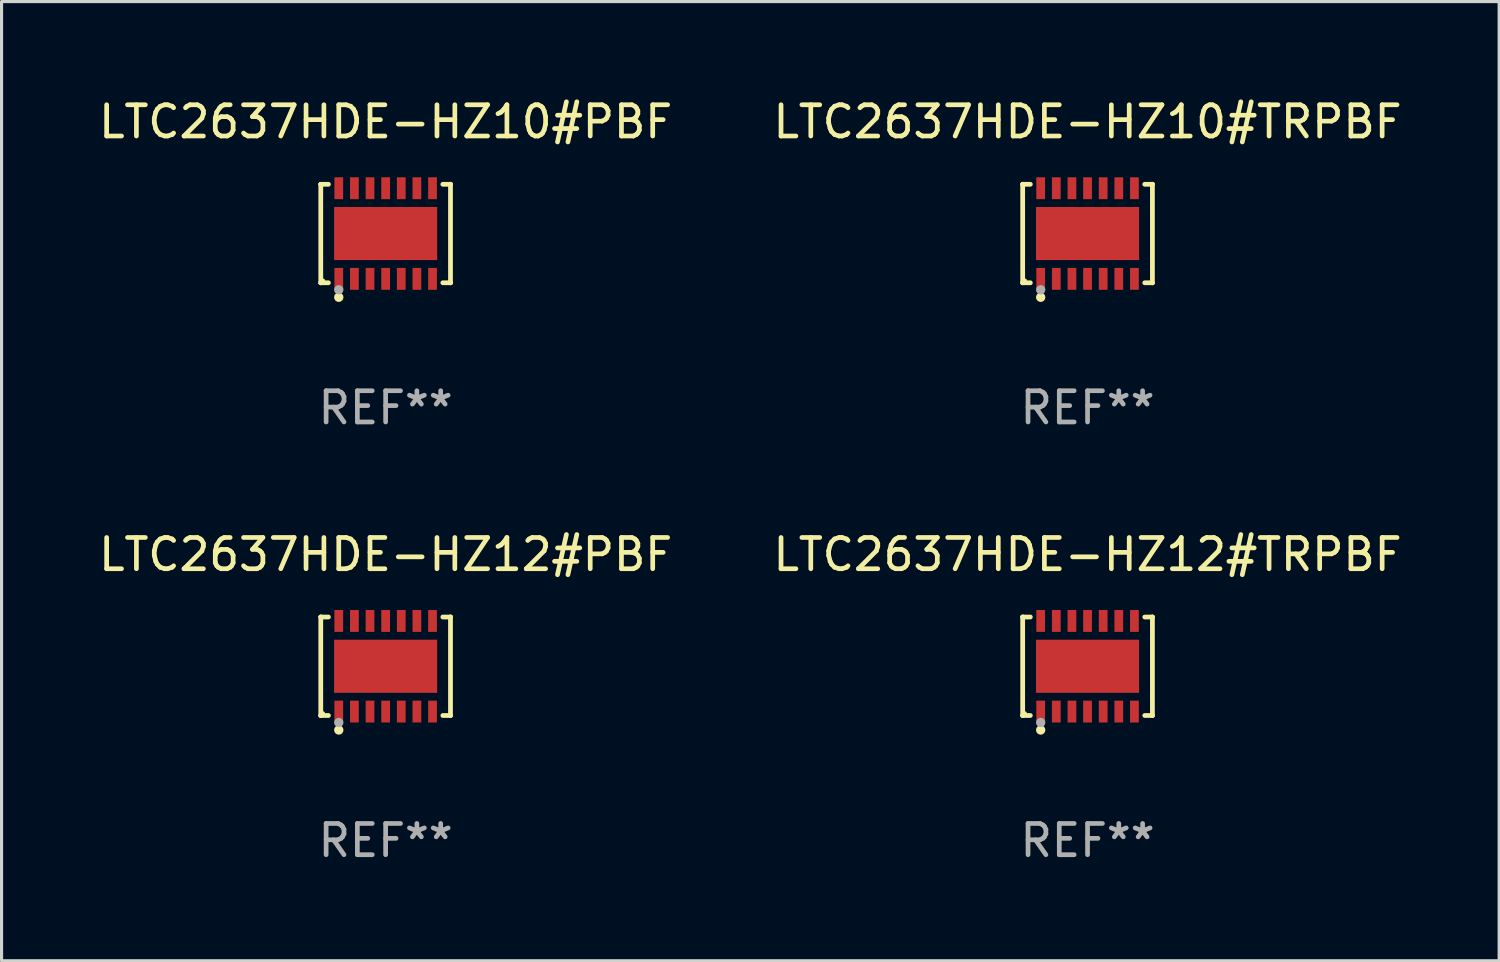
<source format=kicad_pcb>
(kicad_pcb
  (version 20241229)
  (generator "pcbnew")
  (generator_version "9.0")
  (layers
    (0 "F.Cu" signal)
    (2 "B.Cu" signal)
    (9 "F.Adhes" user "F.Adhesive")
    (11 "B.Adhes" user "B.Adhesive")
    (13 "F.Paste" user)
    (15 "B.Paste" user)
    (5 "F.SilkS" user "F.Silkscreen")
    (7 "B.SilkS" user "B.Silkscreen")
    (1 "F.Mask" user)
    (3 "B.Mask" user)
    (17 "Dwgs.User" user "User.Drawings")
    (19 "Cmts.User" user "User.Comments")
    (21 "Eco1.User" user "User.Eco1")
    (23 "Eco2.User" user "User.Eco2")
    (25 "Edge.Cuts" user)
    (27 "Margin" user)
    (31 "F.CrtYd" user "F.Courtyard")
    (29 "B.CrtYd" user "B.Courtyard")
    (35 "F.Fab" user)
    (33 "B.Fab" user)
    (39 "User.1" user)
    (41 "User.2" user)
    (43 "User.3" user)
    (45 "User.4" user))
  (footprint "LTC2637HDE-HZ10#PBF"
    (layer "F.Cu")
    (at 9.292 4.424)
    (property "Reference" "LTC2637HDE-HZ10#PBF" (at 0 -3.576 0) (layer "F.SilkS") (effects (font (size 1 1) (thickness 0.15))))
    (attr through_hole)
    (fp_line (start -2.076 -1.576) (end -2.076 -1.576) (stroke (width 0.152) (type solid)) (layer "F.SilkS"))
    (fp_line (start -2.076 -1.576) (end -1.831 -1.576) (stroke (width 0.152) (type solid)) (layer "F.SilkS"))
    (fp_line (start -2.076 1.576) (end -2.076 -1.576) (stroke (width 0.152) (type solid)) (layer "F.SilkS"))
    (fp_line (start -2.076 1.576) (end -2.076 1.576) (stroke (width 0.152) (type solid)) (layer "F.SilkS"))
    (fp_line (start -1.831 1.576) (end -2.076 1.576) (stroke (width 0.152) (type solid)) (layer "F.SilkS"))
    (fp_line (start 1.831 1.576) (end 2.076 1.576) (stroke (width 0.152) (type solid)) (layer "F.SilkS"))
    (fp_line (start 2.076 -1.576) (end 1.831 -1.576) (stroke (width 0.152) (type solid)) (layer "F.SilkS"))
    (fp_line (start 2.076 -1.576) (end 2.076 -1.576) (stroke (width 0.152) (type solid)) (layer "F.SilkS"))
    (fp_line (start 2.076 1.576) (end 2.076 -1.576) (stroke (width 0.152) (type solid)) (layer "F.SilkS"))
    (fp_line (start 2.076 1.576) (end 2.076 1.576) (stroke (width 0.152) (type solid)) (layer "F.SilkS"))
    (fp_circle (center -2 1.5) (end -1.97 1.5) (stroke (width 0.06) (type solid)) (fill no) (layer "F.SilkS"))
    (fp_circle (center -1.5 2.04) (end -1.425 2.04) (stroke (width 0.15) (type solid)) (fill no) (layer "F.SilkS"))
    (fp_circle (center -1.5 1.8) (end -1.425 1.8) (stroke (width 0.15) (type solid)) (fill no) (layer "F.Fab"))
    (fp_text user "REF**" (at 0 5.576 0) (layer "F.Fab") (effects (font (size 1 1) (thickness 0.15))))
    (pad "1" smd rect (at -1.5 1.45) (size 0.28 0.7) (layers "F.Cu" "F.Mask" "F.Paste"))
    (pad "2" smd rect (at -1 1.45) (size 0.28 0.7) (layers "F.Cu" "F.Mask" "F.Paste"))
    (pad "3" smd rect (at -0.5 1.45) (size 0.28 0.7) (layers "F.Cu" "F.Mask" "F.Paste"))
    (pad "4" smd rect (at 0 1.45) (size 0.28 0.7) (layers "F.Cu" "F.Mask" "F.Paste"))
    (pad "5" smd rect (at 0.5 1.45) (size 0.28 0.7) (layers "F.Cu" "F.Mask" "F.Paste"))
    (pad "6" smd rect (at 1 1.45) (size 0.28 0.7) (layers "F.Cu" "F.Mask" "F.Paste"))
    (pad "7" smd rect (at 1.5 1.45) (size 0.28 0.7) (layers "F.Cu" "F.Mask" "F.Paste"))
    (pad "8" smd rect (at 1.5 -1.45) (size 0.28 0.7) (layers "F.Cu" "F.Mask" "F.Paste"))
    (pad "9" smd rect (at 1 -1.45) (size 0.28 0.7) (layers "F.Cu" "F.Mask" "F.Paste"))
    (pad "10" smd rect (at 0.5 -1.45) (size 0.28 0.7) (layers "F.Cu" "F.Mask" "F.Paste"))
    (pad "11" smd rect (at 0 -1.45) (size 0.28 0.7) (layers "F.Cu" "F.Mask" "F.Paste"))
    (pad "12" smd rect (at -0.5 -1.45) (size 0.28 0.7) (layers "F.Cu" "F.Mask" "F.Paste"))
    (pad "13" smd rect (at -1 -1.45) (size 0.28 0.7) (layers "F.Cu" "F.Mask" "F.Paste"))
    (pad "14" smd rect (at -1.5 -1.45) (size 0.28 0.7) (layers "F.Cu" "F.Mask" "F.Paste"))
    (pad "15" smd rect (at 0 0) (size 3.3 1.7) (layers "F.Cu" "F.Mask" "F.Paste")))
  (footprint "LTC2637HDE-HZ12#TRPBF"
    (layer "F.Cu")
    (at 31.756 18.273)
    (property "Reference" "LTC2637HDE-HZ12#TRPBF" (at 0 -3.576 0) (layer "F.SilkS") (effects (font (size 1 1) (thickness 0.15))))
    (attr through_hole)
    (fp_line (start -2.076 -1.576) (end -2.076 -1.576) (stroke (width 0.152) (type solid)) (layer "F.SilkS"))
    (fp_line (start -2.076 -1.576) (end -1.831 -1.576) (stroke (width 0.152) (type solid)) (layer "F.SilkS"))
    (fp_line (start -2.076 1.576) (end -2.076 -1.576) (stroke (width 0.152) (type solid)) (layer "F.SilkS"))
    (fp_line (start -2.076 1.576) (end -2.076 1.576) (stroke (width 0.152) (type solid)) (layer "F.SilkS"))
    (fp_line (start -1.831 1.576) (end -2.076 1.576) (stroke (width 0.152) (type solid)) (layer "F.SilkS"))
    (fp_line (start 1.831 1.576) (end 2.076 1.576) (stroke (width 0.152) (type solid)) (layer "F.SilkS"))
    (fp_line (start 2.076 -1.576) (end 1.831 -1.576) (stroke (width 0.152) (type solid)) (layer "F.SilkS"))
    (fp_line (start 2.076 -1.576) (end 2.076 -1.576) (stroke (width 0.152) (type solid)) (layer "F.SilkS"))
    (fp_line (start 2.076 1.576) (end 2.076 -1.576) (stroke (width 0.152) (type solid)) (layer "F.SilkS"))
    (fp_line (start 2.076 1.576) (end 2.076 1.576) (stroke (width 0.152) (type solid)) (layer "F.SilkS"))
    (fp_circle (center -2 1.5) (end -1.97 1.5) (stroke (width 0.06) (type solid)) (fill no) (layer "F.SilkS"))
    (fp_circle (center -1.5 2.04) (end -1.425 2.04) (stroke (width 0.15) (type solid)) (fill no) (layer "F.SilkS"))
    (fp_circle (center -1.5 1.8) (end -1.425 1.8) (stroke (width 0.15) (type solid)) (fill no) (layer "F.Fab"))
    (fp_text user "REF**" (at 0 5.576 0) (layer "F.Fab") (effects (font (size 1 1) (thickness 0.15))))
    (pad "1" smd rect (at -1.5 1.45) (size 0.28 0.7) (layers "F.Cu" "F.Mask" "F.Paste"))
    (pad "2" smd rect (at -1 1.45) (size 0.28 0.7) (layers "F.Cu" "F.Mask" "F.Paste"))
    (pad "3" smd rect (at -0.5 1.45) (size 0.28 0.7) (layers "F.Cu" "F.Mask" "F.Paste"))
    (pad "4" smd rect (at 0 1.45) (size 0.28 0.7) (layers "F.Cu" "F.Mask" "F.Paste"))
    (pad "5" smd rect (at 0.5 1.45) (size 0.28 0.7) (layers "F.Cu" "F.Mask" "F.Paste"))
    (pad "6" smd rect (at 1 1.45) (size 0.28 0.7) (layers "F.Cu" "F.Mask" "F.Paste"))
    (pad "7" smd rect (at 1.5 1.45) (size 0.28 0.7) (layers "F.Cu" "F.Mask" "F.Paste"))
    (pad "8" smd rect (at 1.5 -1.45) (size 0.28 0.7) (layers "F.Cu" "F.Mask" "F.Paste"))
    (pad "9" smd rect (at 1 -1.45) (size 0.28 0.7) (layers "F.Cu" "F.Mask" "F.Paste"))
    (pad "10" smd rect (at 0.5 -1.45) (size 0.28 0.7) (layers "F.Cu" "F.Mask" "F.Paste"))
    (pad "11" smd rect (at 0 -1.45) (size 0.28 0.7) (layers "F.Cu" "F.Mask" "F.Paste"))
    (pad "12" smd rect (at -0.5 -1.45) (size 0.28 0.7) (layers "F.Cu" "F.Mask" "F.Paste"))
    (pad "13" smd rect (at -1 -1.45) (size 0.28 0.7) (layers "F.Cu" "F.Mask" "F.Paste"))
    (pad "14" smd rect (at -1.5 -1.45) (size 0.28 0.7) (layers "F.Cu" "F.Mask" "F.Paste"))
    (pad "15" smd rect (at 0 0) (size 3.3 1.7) (layers "F.Cu" "F.Mask" "F.Paste")))
  (footprint "LTC2637HDE-HZ12#PBF"
    (layer "F.Cu")
    (at 9.292 18.273)
    (property "Reference" "LTC2637HDE-HZ12#PBF" (at 0 -3.576 0) (layer "F.SilkS") (effects (font (size 1 1) (thickness 0.15))))
    (attr through_hole)
    (fp_line (start -2.076 -1.576) (end -2.076 -1.576) (stroke (width 0.152) (type solid)) (layer "F.SilkS"))
    (fp_line (start -2.076 -1.576) (end -1.831 -1.576) (stroke (width 0.152) (type solid)) (layer "F.SilkS"))
    (fp_line (start -2.076 1.576) (end -2.076 -1.576) (stroke (width 0.152) (type solid)) (layer "F.SilkS"))
    (fp_line (start -2.076 1.576) (end -2.076 1.576) (stroke (width 0.152) (type solid)) (layer "F.SilkS"))
    (fp_line (start -1.831 1.576) (end -2.076 1.576) (stroke (width 0.152) (type solid)) (layer "F.SilkS"))
    (fp_line (start 1.831 1.576) (end 2.076 1.576) (stroke (width 0.152) (type solid)) (layer "F.SilkS"))
    (fp_line (start 2.076 -1.576) (end 1.831 -1.576) (stroke (width 0.152) (type solid)) (layer "F.SilkS"))
    (fp_line (start 2.076 -1.576) (end 2.076 -1.576) (stroke (width 0.152) (type solid)) (layer "F.SilkS"))
    (fp_line (start 2.076 1.576) (end 2.076 -1.576) (stroke (width 0.152) (type solid)) (layer "F.SilkS"))
    (fp_line (start 2.076 1.576) (end 2.076 1.576) (stroke (width 0.152) (type solid)) (layer "F.SilkS"))
    (fp_circle (center -2 1.5) (end -1.97 1.5) (stroke (width 0.06) (type solid)) (fill no) (layer "F.SilkS"))
    (fp_circle (center -1.5 2.04) (end -1.425 2.04) (stroke (width 0.15) (type solid)) (fill no) (layer "F.SilkS"))
    (fp_circle (center -1.5 1.8) (end -1.425 1.8) (stroke (width 0.15) (type solid)) (fill no) (layer "F.Fab"))
    (fp_text user "REF**" (at 0 5.576 0) (layer "F.Fab") (effects (font (size 1 1) (thickness 0.15))))
    (pad "1" smd rect (at -1.5 1.45) (size 0.28 0.7) (layers "F.Cu" "F.Mask" "F.Paste"))
    (pad "2" smd rect (at -1 1.45) (size 0.28 0.7) (layers "F.Cu" "F.Mask" "F.Paste"))
    (pad "3" smd rect (at -0.5 1.45) (size 0.28 0.7) (layers "F.Cu" "F.Mask" "F.Paste"))
    (pad "4" smd rect (at 0 1.45) (size 0.28 0.7) (layers "F.Cu" "F.Mask" "F.Paste"))
    (pad "5" smd rect (at 0.5 1.45) (size 0.28 0.7) (layers "F.Cu" "F.Mask" "F.Paste"))
    (pad "6" smd rect (at 1 1.45) (size 0.28 0.7) (layers "F.Cu" "F.Mask" "F.Paste"))
    (pad "7" smd rect (at 1.5 1.45) (size 0.28 0.7) (layers "F.Cu" "F.Mask" "F.Paste"))
    (pad "8" smd rect (at 1.5 -1.45) (size 0.28 0.7) (layers "F.Cu" "F.Mask" "F.Paste"))
    (pad "9" smd rect (at 1 -1.45) (size 0.28 0.7) (layers "F.Cu" "F.Mask" "F.Paste"))
    (pad "10" smd rect (at 0.5 -1.45) (size 0.28 0.7) (layers "F.Cu" "F.Mask" "F.Paste"))
    (pad "11" smd rect (at 0 -1.45) (size 0.28 0.7) (layers "F.Cu" "F.Mask" "F.Paste"))
    (pad "12" smd rect (at -0.5 -1.45) (size 0.28 0.7) (layers "F.Cu" "F.Mask" "F.Paste"))
    (pad "13" smd rect (at -1 -1.45) (size 0.28 0.7) (layers "F.Cu" "F.Mask" "F.Paste"))
    (pad "14" smd rect (at -1.5 -1.45) (size 0.28 0.7) (layers "F.Cu" "F.Mask" "F.Paste"))
    (pad "15" smd rect (at 0 0) (size 3.3 1.7) (layers "F.Cu" "F.Mask" "F.Paste")))
  (footprint "LTC2637HDE-HZ10#TRPBF"
    (layer "F.Cu")
    (at 31.756 4.424)
    (property "Reference" "LTC2637HDE-HZ10#TRPBF" (at 0 -3.576 0) (layer "F.SilkS") (effects (font (size 1 1) (thickness 0.15))))
    (attr through_hole)
    (fp_line (start -2.076 -1.576) (end -2.076 -1.576) (stroke (width 0.152) (type solid)) (layer "F.SilkS"))
    (fp_line (start -2.076 -1.576) (end -1.831 -1.576) (stroke (width 0.152) (type solid)) (layer "F.SilkS"))
    (fp_line (start -2.076 1.576) (end -2.076 -1.576) (stroke (width 0.152) (type solid)) (layer "F.SilkS"))
    (fp_line (start -2.076 1.576) (end -2.076 1.576) (stroke (width 0.152) (type solid)) (layer "F.SilkS"))
    (fp_line (start -1.831 1.576) (end -2.076 1.576) (stroke (width 0.152) (type solid)) (layer "F.SilkS"))
    (fp_line (start 1.831 1.576) (end 2.076 1.576) (stroke (width 0.152) (type solid)) (layer "F.SilkS"))
    (fp_line (start 2.076 -1.576) (end 1.831 -1.576) (stroke (width 0.152) (type solid)) (layer "F.SilkS"))
    (fp_line (start 2.076 -1.576) (end 2.076 -1.576) (stroke (width 0.152) (type solid)) (layer "F.SilkS"))
    (fp_line (start 2.076 1.576) (end 2.076 -1.576) (stroke (width 0.152) (type solid)) (layer "F.SilkS"))
    (fp_line (start 2.076 1.576) (end 2.076 1.576) (stroke (width 0.152) (type solid)) (layer "F.SilkS"))
    (fp_circle (center -2 1.5) (end -1.97 1.5) (stroke (width 0.06) (type solid)) (fill no) (layer "F.SilkS"))
    (fp_circle (center -1.5 2.04) (end -1.425 2.04) (stroke (width 0.15) (type solid)) (fill no) (layer "F.SilkS"))
    (fp_circle (center -1.5 1.8) (end -1.425 1.8) (stroke (width 0.15) (type solid)) (fill no) (layer "F.Fab"))
    (fp_text user "REF**" (at 0 5.576 0) (layer "F.Fab") (effects (font (size 1 1) (thickness 0.15))))
    (pad "1" smd rect (at -1.5 1.45) (size 0.28 0.7) (layers "F.Cu" "F.Mask" "F.Paste"))
    (pad "2" smd rect (at -1 1.45) (size 0.28 0.7) (layers "F.Cu" "F.Mask" "F.Paste"))
    (pad "3" smd rect (at -0.5 1.45) (size 0.28 0.7) (layers "F.Cu" "F.Mask" "F.Paste"))
    (pad "4" smd rect (at 0 1.45) (size 0.28 0.7) (layers "F.Cu" "F.Mask" "F.Paste"))
    (pad "5" smd rect (at 0.5 1.45) (size 0.28 0.7) (layers "F.Cu" "F.Mask" "F.Paste"))
    (pad "6" smd rect (at 1 1.45) (size 0.28 0.7) (layers "F.Cu" "F.Mask" "F.Paste"))
    (pad "7" smd rect (at 1.5 1.45) (size 0.28 0.7) (layers "F.Cu" "F.Mask" "F.Paste"))
    (pad "8" smd rect (at 1.5 -1.45) (size 0.28 0.7) (layers "F.Cu" "F.Mask" "F.Paste"))
    (pad "9" smd rect (at 1 -1.45) (size 0.28 0.7) (layers "F.Cu" "F.Mask" "F.Paste"))
    (pad "10" smd rect (at 0.5 -1.45) (size 0.28 0.7) (layers "F.Cu" "F.Mask" "F.Paste"))
    (pad "11" smd rect (at 0 -1.45) (size 0.28 0.7) (layers "F.Cu" "F.Mask" "F.Paste"))
    (pad "12" smd rect (at -0.5 -1.45) (size 0.28 0.7) (layers "F.Cu" "F.Mask" "F.Paste"))
    (pad "13" smd rect (at -1 -1.45) (size 0.28 0.7) (layers "F.Cu" "F.Mask" "F.Paste"))
    (pad "14" smd rect (at -1.5 -1.45) (size 0.28 0.7) (layers "F.Cu" "F.Mask" "F.Paste"))
    (pad "15" smd rect (at 0 0) (size 3.3 1.7) (layers "F.Cu" "F.Mask" "F.Paste")))
  (gr_rect
    (start -3 -3)
    (end 44.929 27.698)
    (stroke (width 0.1) (type default))
    (fill no)
    (layer "Edge.Cuts")))
</source>
